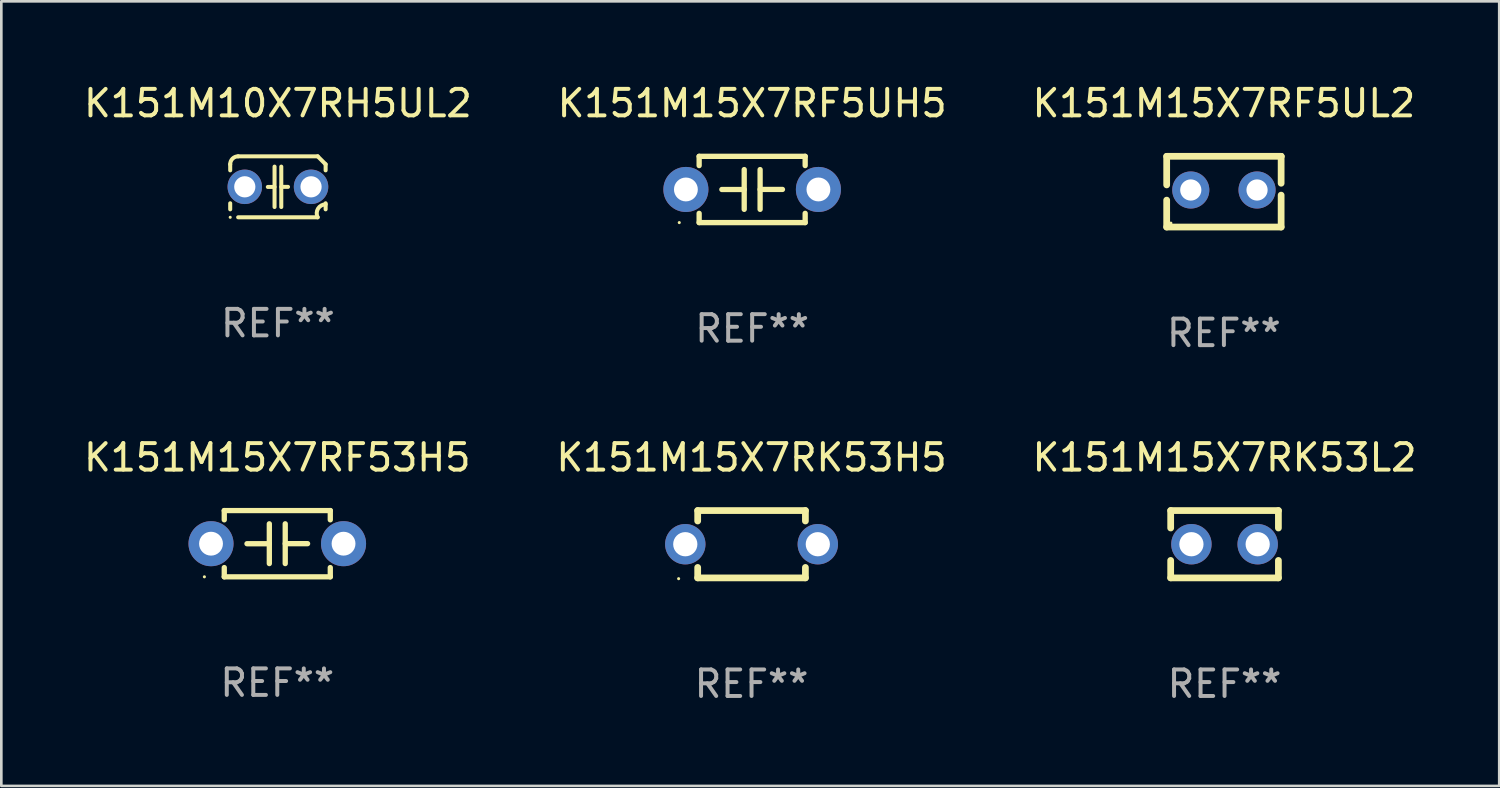
<source format=kicad_pcb>
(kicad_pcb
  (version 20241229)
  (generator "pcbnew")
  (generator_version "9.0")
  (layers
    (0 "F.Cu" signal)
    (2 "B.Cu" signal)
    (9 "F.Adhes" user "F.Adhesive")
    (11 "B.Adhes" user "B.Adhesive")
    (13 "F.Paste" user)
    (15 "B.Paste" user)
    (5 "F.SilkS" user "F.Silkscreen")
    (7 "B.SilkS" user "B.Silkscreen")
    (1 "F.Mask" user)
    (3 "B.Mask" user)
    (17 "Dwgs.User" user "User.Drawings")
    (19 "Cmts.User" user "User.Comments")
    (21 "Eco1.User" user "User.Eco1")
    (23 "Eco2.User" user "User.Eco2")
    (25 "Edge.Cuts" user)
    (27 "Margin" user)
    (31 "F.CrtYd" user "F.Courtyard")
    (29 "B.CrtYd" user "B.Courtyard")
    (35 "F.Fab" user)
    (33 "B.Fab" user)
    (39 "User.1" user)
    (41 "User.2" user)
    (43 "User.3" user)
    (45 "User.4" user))
  (footprint "K151M15X7RF5UH5"
    (layer "F.Cu")
    (at 25.327 4.098)
    (property "Reference" "K151M15X7RF5UH5" (at 0 -3.25 0) (layer "F.SilkS") (effects (font (size 1 1) (thickness 0.15))))
    (attr through_hole)
    (fp_line (start -2 -1.25) (end -2 -0.901) (stroke (width 0.2) (type solid)) (layer "F.SilkS"))
    (fp_line (start -2 -1.25) (end 2 -1.25) (stroke (width 0.2) (type solid)) (layer "F.SilkS"))
    (fp_line (start -2 0.901) (end -2 1.25) (stroke (width 0.2) (type solid)) (layer "F.SilkS"))
    (fp_line (start -0.3 -0.75) (end -0.3 0.75) (stroke (width 0.2) (type solid)) (layer "F.SilkS"))
    (fp_line (start -0.3 0.001) (end -1.143 0.001) (stroke (width 0.2) (type solid)) (layer "F.SilkS"))
    (fp_line (start 0.3 -0.001) (end 1.143 -0.001) (stroke (width 0.2) (type solid)) (layer "F.SilkS"))
    (fp_line (start 0.3 0.75) (end 0.3 -0.75) (stroke (width 0.2) (type solid)) (layer "F.SilkS"))
    (fp_line (start 2 -1.25) (end 2 -0.901) (stroke (width 0.2) (type solid)) (layer "F.SilkS"))
    (fp_line (start 2 0.901) (end 2 1.25) (stroke (width 0.2) (type solid)) (layer "F.SilkS"))
    (fp_line (start 2 1.25) (end -2 1.25) (stroke (width 0.2) (type solid)) (layer "F.SilkS"))
    (fp_circle (center -2.75 1.25) (end -2.72 1.25) (stroke (width 0.06) (type solid)) (fill no) (layer "F.SilkS"))
    (fp_text user "REF**" (at 0 5.25 0) (layer "F.Fab") (effects (font (size 1 1) (thickness 0.15))))
    (pad "1" thru_hole circle (at -2.5 0) (size 1.7 1.7) (drill 0.9) (layers "*.Cu" "*.Mask"))
    (pad "2" thru_hole circle (at 2.5 0) (size 1.7 1.7) (drill 0.9) (layers "*.Cu" "*.Mask")))
  (footprint "K151M15X7RK53L2"
    (layer "F.Cu")
    (at 43.149 17.482)
    (property "Reference" "K151M15X7RK53L2" (at 0 -3.27 0) (layer "F.SilkS") (effects (font (size 1 1) (thickness 0.15))))
    (attr through_hole)
    (fp_line (start -2.032 -1.27) (end -2.032 -0.611) (stroke (width 0.254) (type solid)) (layer "F.SilkS"))
    (fp_line (start -2.032 0.611) (end -2.032 1.27) (stroke (width 0.254) (type solid)) (layer "F.SilkS"))
    (fp_line (start -2.032 1.27) (end 2.032 1.27) (stroke (width 0.254) (type solid)) (layer "F.SilkS"))
    (fp_line (start 2.032 -1.27) (end -2.032 -1.27) (stroke (width 0.254) (type solid)) (layer "F.SilkS"))
    (fp_line (start 2.032 -0.611) (end 2.032 -1.27) (stroke (width 0.254) (type solid)) (layer "F.SilkS"))
    (fp_line (start 2.032 1.27) (end 2.032 0.611) (stroke (width 0.254) (type solid)) (layer "F.SilkS"))
    (fp_circle (center -2 1.3) (end -1.97 1.3) (stroke (width 0.06) (type solid)) (fill no) (layer "F.SilkS"))
    (fp_text user "REF**" (at 0 5.27 0) (layer "F.Fab") (effects (font (size 1 1) (thickness 0.15))))
    (pad "1" thru_hole circle (at -1.25 0) (size 1.524 1.524) (drill 0.914) (layers "*.Cu" "*.Mask"))
    (pad "2" thru_hole circle (at 1.25 0) (size 1.524 1.524) (drill 0.914) (layers "*.Cu" "*.Mask")))
  (footprint "K151M15X7RF5UL2"
    (layer "F.Cu")
    (at 43.125 4.182)
    (property "Reference" "K151M15X7RF5UL2" (at 0 -3.334 0) (layer "F.SilkS") (effects (font (size 1 1) (thickness 0.15))))
    (attr through_hole)
    (fp_line (start -2.159 -1.334) (end 2.159 -1.334) (stroke (width 0.254) (type solid)) (layer "F.SilkS"))
    (fp_line (start -2.159 -0.256) (end -2.159 -1.334) (stroke (width 0.254) (type solid)) (layer "F.SilkS"))
    (fp_line (start -2.159 1.334) (end -2.159 0.318) (stroke (width 0.254) (type solid)) (layer "F.SilkS"))
    (fp_line (start 2.159 -1.334) (end 2.159 -1.334) (stroke (width 0.254) (type solid)) (layer "F.SilkS"))
    (fp_line (start 2.159 -1.334) (end 2.159 -0.318) (stroke (width 0.254) (type solid)) (layer "F.SilkS"))
    (fp_line (start 2.159 0.129) (end 2.159 1.334) (stroke (width 0.254) (type solid)) (layer "F.SilkS"))
    (fp_line (start 2.159 1.334) (end -2.159 1.334) (stroke (width 0.254) (type solid)) (layer "F.SilkS"))
    (fp_circle (center -2 1.186) (end -1.97 1.186) (stroke (width 0.06) (type solid)) (fill no) (layer "F.SilkS"))
    (fp_text user "REF**" (at 0 5.334 0) (layer "F.Fab") (effects (font (size 1 1) (thickness 0.15))))
    (pad "1" thru_hole circle (at -1.25 -0.064) (size 1.4 1.4) (drill 0.8) (layers "*.Cu" "*.Mask"))
    (pad "2" thru_hole circle (at 1.25 -0.064) (size 1.4 1.4) (drill 0.8) (layers "*.Cu" "*.Mask")))
  (footprint "K151M15X7RK53H5"
    (layer "F.Cu")
    (at 25.304 17.482)
    (property "Reference" "K151M15X7RK53H5" (at 0 -3.27 0) (layer "F.SilkS") (effects (font (size 1 1) (thickness 0.15))))
    (attr through_hole)
    (fp_line (start -2.032 -1.27) (end -2.032 -0.876) (stroke (width 0.254) (type solid)) (layer "F.SilkS"))
    (fp_line (start -2.032 0.876) (end -2.032 1.27) (stroke (width 0.254) (type solid)) (layer "F.SilkS"))
    (fp_line (start -2.032 1.27) (end 2.032 1.27) (stroke (width 0.254) (type solid)) (layer "F.SilkS"))
    (fp_line (start 2.032 -1.27) (end -2.032 -1.27) (stroke (width 0.254) (type solid)) (layer "F.SilkS"))
    (fp_line (start 2.032 -0.876) (end 2.032 -1.27) (stroke (width 0.254) (type solid)) (layer "F.SilkS"))
    (fp_line (start 2.032 1.27) (end 2.032 0.876) (stroke (width 0.254) (type solid)) (layer "F.SilkS"))
    (fp_circle (center -2.751 1.3) (end -2.721 1.3) (stroke (width 0.06) (type solid)) (fill no) (layer "F.SilkS"))
    (fp_text user "REF**" (at 0 5.27 0) (layer "F.Fab") (effects (font (size 1 1) (thickness 0.15))))
    (pad "1" thru_hole circle (at -2.5 0) (size 1.524 1.524) (drill 0.914) (layers "*.Cu" "*.Mask"))
    (pad "2" thru_hole circle (at 2.5 0) (size 1.524 1.524) (drill 0.914) (layers "*.Cu" "*.Mask")))
  (footprint "K151M10X7RH5UL2"
    (layer "F.Cu")
    (at 7.435 3.998)
    (property "Reference" "K151M10X7RH5UL2" (at 0 -3.15 0) (layer "F.SilkS") (effects (font (size 1 1) (thickness 0.15))))
    (attr through_hole)
    (fp_line (start -1.8 -0.621) (end -1.8 -0.85) (stroke (width 0.152) (type solid)) (layer "F.SilkS"))
    (fp_line (start -1.8 0.85) (end -1.8 0.621) (stroke (width 0.152) (type solid)) (layer "F.SilkS"))
    (fp_line (start -1.5 -1.15) (end 1.5 -1.15) (stroke (width 0.152) (type solid)) (layer "F.SilkS"))
    (fp_line (start -0.127 -0.762) (end -0.127 0.762) (stroke (width 0.152) (type solid)) (layer "F.SilkS"))
    (fp_line (start -0.127 0.005) (end -0.381 0.005) (stroke (width 0.152) (type solid)) (layer "F.SilkS"))
    (fp_line (start 0.127 -0.762) (end 0.127 0.762) (stroke (width 0.152) (type solid)) (layer "F.SilkS"))
    (fp_line (start 0.127 0.002) (end 0.381 0.002) (stroke (width 0.152) (type solid)) (layer "F.SilkS"))
    (fp_line (start 1.5 1.15) (end -1.5 1.15) (stroke (width 0.152) (type solid)) (layer "F.SilkS"))
    (fp_line (start 1.8 -0.85) (end 1.8 -0.621) (stroke (width 0.152) (type solid)) (layer "F.SilkS"))
    (fp_line (start 1.8 0.621) (end 1.8 0.85) (stroke (width 0.152) (type solid)) (layer "F.SilkS"))
    (fp_arc (start -1.799975 -0.849987) (mid -1.712107 -1.062119) (end -1.499975 -1.149987) (stroke (width 0.151994) (type solid)) (layer "F.SilkS"))
    (fp_arc (start 1.499975 1.149987) (mid 1.513726 0.822359) (end 1.799975 0.662387) (stroke (width 0.151994) (type solid)) (layer "F.SilkS"))
    (fp_arc (start 1.500001 -1.149986) (mid 1.650015 -1.000001) (end 1.8 -0.849987) (stroke (width 0.151994) (type solid)) (layer "F.SilkS"))
    (fp_circle (center -1.8 1.15) (end -1.77 1.15) (stroke (width 0.06) (type solid)) (fill no) (layer "F.SilkS"))
    (fp_text user "REF**" (at 0 5.15 0) (layer "F.Fab") (effects (font (size 1 1) (thickness 0.15))))
    (pad "1" thru_hole circle (at -1.25 0) (size 1.3 1.3) (drill 0.8) (layers "*.Cu" "*.Mask"))
    (pad "2" thru_hole circle (at 1.25 0) (size 1.3 1.3) (drill 0.8) (layers "*.Cu" "*.Mask")))
  (footprint "K151M15X7RF53H5"
    (layer "F.Cu")
    (at 7.411 17.462)
    (property "Reference" "K151M15X7RF53H5" (at 0 -3.25 0) (layer "F.SilkS") (effects (font (size 1 1) (thickness 0.15))))
    (attr through_hole)
    (fp_line (start -2 -1.25) (end -2 -0.901) (stroke (width 0.2) (type solid)) (layer "F.SilkS"))
    (fp_line (start -2 -1.25) (end 2 -1.25) (stroke (width 0.2) (type solid)) (layer "F.SilkS"))
    (fp_line (start -2 0.901) (end -2 1.25) (stroke (width 0.2) (type solid)) (layer "F.SilkS"))
    (fp_line (start -0.3 -0.75) (end -0.3 0.75) (stroke (width 0.2) (type solid)) (layer "F.SilkS"))
    (fp_line (start -0.3 0.001) (end -1.143 0.001) (stroke (width 0.2) (type solid)) (layer "F.SilkS"))
    (fp_line (start 0.3 -0.001) (end 1.143 -0.001) (stroke (width 0.2) (type solid)) (layer "F.SilkS"))
    (fp_line (start 0.3 0.75) (end 0.3 -0.75) (stroke (width 0.2) (type solid)) (layer "F.SilkS"))
    (fp_line (start 2 -1.25) (end 2 -0.901) (stroke (width 0.2) (type solid)) (layer "F.SilkS"))
    (fp_line (start 2 0.901) (end 2 1.25) (stroke (width 0.2) (type solid)) (layer "F.SilkS"))
    (fp_line (start 2 1.25) (end -2 1.25) (stroke (width 0.2) (type solid)) (layer "F.SilkS"))
    (fp_circle (center -2.75 1.25) (end -2.72 1.25) (stroke (width 0.06) (type solid)) (fill no) (layer "F.SilkS"))
    (fp_text user "REF**" (at 0 5.25 0) (layer "F.Fab") (effects (font (size 1 1) (thickness 0.15))))
    (pad "1" thru_hole circle (at -2.5 0) (size 1.7 1.7) (drill 0.9) (layers "*.Cu" "*.Mask"))
    (pad "2" thru_hole circle (at 2.5 0) (size 1.7 1.7) (drill 0.9) (layers "*.Cu" "*.Mask")))
  (gr_rect
    (start -3 -3)
    (end 53.512 26.6)
    (stroke (width 0.1) (type default))
    (fill no)
    (layer "Edge.Cuts")))
</source>
